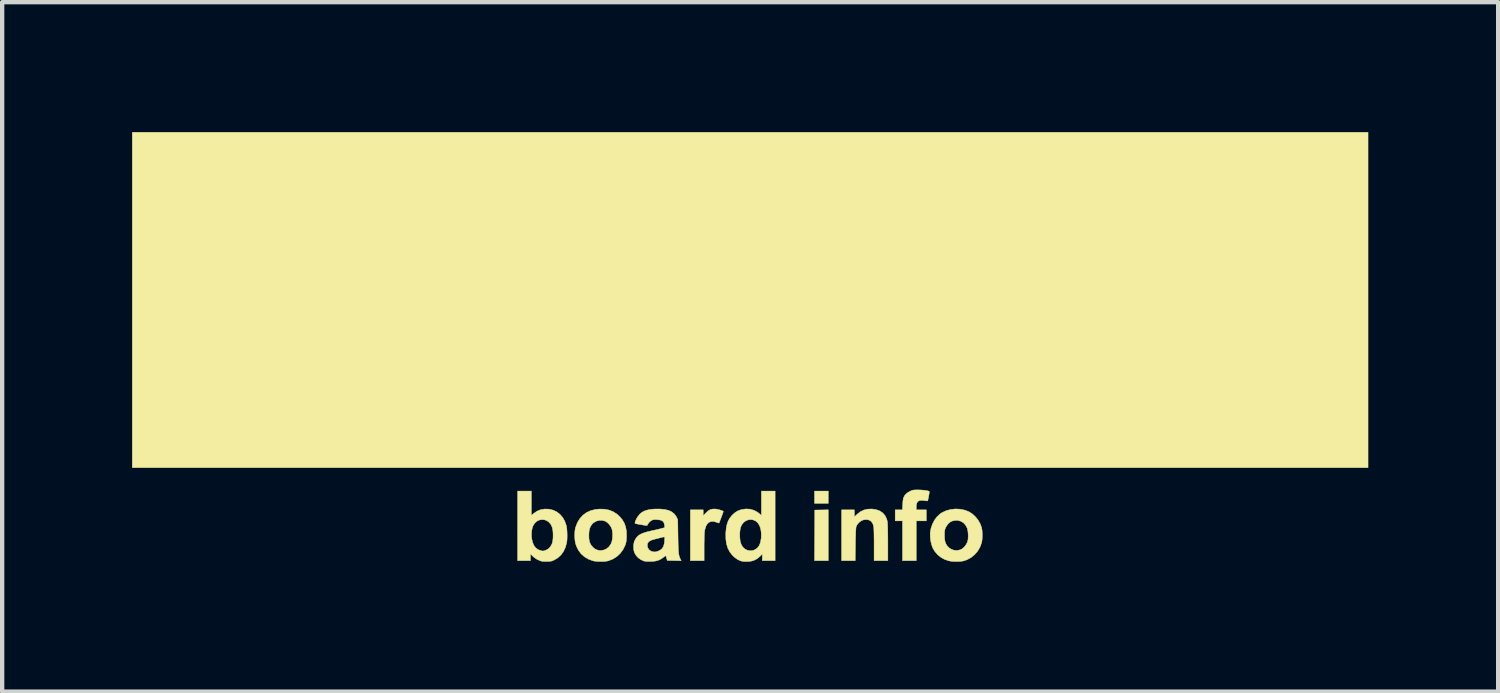
<source format=kicad_pcb>
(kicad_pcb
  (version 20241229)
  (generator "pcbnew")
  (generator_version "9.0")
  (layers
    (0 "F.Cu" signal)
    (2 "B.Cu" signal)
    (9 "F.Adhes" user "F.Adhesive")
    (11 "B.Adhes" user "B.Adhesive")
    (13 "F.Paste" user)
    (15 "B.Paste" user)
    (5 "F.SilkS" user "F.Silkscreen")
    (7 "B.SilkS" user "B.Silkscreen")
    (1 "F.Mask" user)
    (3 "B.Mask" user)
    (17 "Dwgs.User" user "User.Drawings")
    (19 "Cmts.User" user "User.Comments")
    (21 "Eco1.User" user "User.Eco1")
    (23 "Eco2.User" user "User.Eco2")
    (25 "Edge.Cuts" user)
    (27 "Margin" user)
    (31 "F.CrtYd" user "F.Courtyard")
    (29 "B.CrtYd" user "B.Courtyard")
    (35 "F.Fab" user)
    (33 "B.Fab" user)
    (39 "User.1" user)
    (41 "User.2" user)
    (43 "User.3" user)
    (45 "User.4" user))
  (footprint "board_info_block"
    (layer "F.Cu")
    (at 14.271 4.958)
    (property "Reference" "board_info_block" (at 0 0 0) (layer "F.SilkS") (effects (font (size 1.27 1.27) (thickness 0.15))))
    (attr through_hole)
    (fp_poly (pts (xy 1.81 3.619) (xy 1.492 3.619) (xy 1.492 3.334) (xy 1.81 3.334) (xy 1.81 3.619)) (stroke (width 0.01) (type solid)) (fill yes) (layer "F.SilkS"))
    (fp_poly (pts (xy 14.277 2.794) (xy -14.266 2.794) (xy -14.266 -4.953) (xy 14.277 -4.953) (xy 14.277 2.794)) (stroke (width 0.01) (type solid)) (fill yes) (layer "F.SilkS"))
    (fp_poly (pts (xy 1.81 4.942) (xy 1.492 4.942) (xy 1.495 4.358) (xy 1.498 3.773) (xy 1.81 3.767) (xy 1.81 4.942)) (stroke (width 0.01) (type solid)) (fill yes) (layer "F.SilkS"))
    (fp_poly (pts (xy -0.796 3.749) (xy -0.763 3.753) (xy -0.724 3.762) (xy -0.684 3.773) (xy -0.649 3.785) (xy -0.624 3.796) (xy -0.614 3.805) (xy -0.614 3.805) (xy -0.617 3.817) (xy -0.627 3.844) (xy -0.64 3.881) (xy -0.656 3.925) (xy -0.673 3.97) (xy -0.689 4.011) (xy -0.702 4.045) (xy -0.71 4.066) (xy -0.713 4.071) (xy -0.725 4.071) (xy -0.75 4.063) (xy -0.772 4.055) (xy -0.837 4.035) (xy -0.895 4.036) (xy -0.945 4.055) (xy -0.986 4.093) (xy -1.018 4.149) (xy -1.04 4.222) (xy -1.048 4.265) (xy -1.05 4.297) (xy -1.053 4.346) (xy -1.055 4.409) (xy -1.056 4.482) (xy -1.058 4.562) (xy -1.058 4.643) (xy -1.058 4.942) (xy -1.376 4.942) (xy -1.376 3.768) (xy -1.079 3.768) (xy -1.079 3.906) (xy -1.021 3.843) (xy -0.971 3.796) (xy -0.924 3.766) (xy -0.873 3.751) (xy -0.814 3.748) (xy -0.796 3.749)) (stroke (width 0.01) (type solid)) (fill yes) (layer "F.SilkS"))
    (fp_poly (pts (xy 3.942 3.309) (xy 4 3.313) (xy 4.053 3.319) (xy 4.098 3.327) (xy 4.129 3.336) (xy 4.143 3.344) (xy 4.143 3.357) (xy 4.14 3.385) (xy 4.134 3.422) (xy 4.127 3.464) (xy 4.119 3.504) (xy 4.112 3.537) (xy 4.107 3.557) (xy 4.105 3.561) (xy 4.093 3.562) (xy 4.066 3.559) (xy 4.029 3.554) (xy 4.029 3.554) (xy 3.963 3.548) (xy 3.912 3.555) (xy 3.877 3.576) (xy 3.854 3.612) (xy 3.843 3.665) (xy 3.842 3.704) (xy 3.842 3.768) (xy 4.075 3.768) (xy 4.075 4.022) (xy 3.842 4.022) (xy 3.842 4.942) (xy 3.524 4.942) (xy 3.524 4.022) (xy 3.355 4.022) (xy 3.355 3.768) (xy 3.521 3.768) (xy 3.528 3.649) (xy 3.531 3.596) (xy 3.536 3.547) (xy 3.542 3.509) (xy 3.547 3.49) (xy 3.576 3.433) (xy 3.624 3.383) (xy 3.691 3.342) (xy 3.723 3.327) (xy 3.749 3.317) (xy 3.776 3.311) (xy 3.808 3.308) (xy 3.853 3.307) (xy 3.884 3.307) (xy 3.942 3.309)) (stroke (width 0.01) (type solid)) (fill yes) (layer "F.SilkS"))
    (fp_poly (pts (xy 2.825 3.749) (xy 2.92 3.764) (xy 3.001 3.794) (xy 3.068 3.839) (xy 3.12 3.899) (xy 3.157 3.973) (xy 3.174 4.037) (xy 3.177 4.065) (xy 3.18 4.113) (xy 3.182 4.178) (xy 3.184 4.26) (xy 3.185 4.355) (xy 3.186 4.464) (xy 3.186 4.521) (xy 3.186 4.942) (xy 2.868 4.942) (xy 2.868 4.573) (xy 2.868 4.484) (xy 2.867 4.399) (xy 2.866 4.322) (xy 2.864 4.254) (xy 2.862 4.201) (xy 2.859 4.163) (xy 2.857 4.147) (xy 2.837 4.084) (xy 2.803 4.036) (xy 2.757 4.005) (xy 2.7 3.992) (xy 2.636 3.997) (xy 2.605 4.005) (xy 2.555 4.031) (xy 2.508 4.071) (xy 2.471 4.119) (xy 2.455 4.155) (xy 2.45 4.179) (xy 2.447 4.221) (xy 2.443 4.281) (xy 2.441 4.362) (xy 2.438 4.463) (xy 2.437 4.569) (xy 2.432 4.942) (xy 2.117 4.942) (xy 2.117 3.768) (xy 2.413 3.768) (xy 2.413 3.929) (xy 2.475 3.871) (xy 2.55 3.812) (xy 2.629 3.773) (xy 2.714 3.752) (xy 2.81 3.748) (xy 2.825 3.749)) (stroke (width 0.01) (type solid)) (fill yes) (layer "F.SilkS"))
    (fp_poly (pts (xy 0.582 4.942) (xy 0.286 4.942) (xy 0.286 4.79) (xy 0.241 4.833) (xy 0.19 4.878) (xy 0.143 4.91) (xy 0.093 4.934) (xy 0.068 4.943) (xy 0.012 4.956) (xy -0.054 4.962) (xy -0.122 4.962) (xy -0.184 4.954) (xy -0.209 4.948) (xy -0.281 4.917) (xy -0.35 4.869) (xy -0.403 4.819) (xy -0.464 4.742) (xy -0.51 4.654) (xy -0.541 4.554) (xy -0.556 4.442) (xy -0.557 4.355) (xy -0.235 4.355) (xy -0.232 4.425) (xy -0.225 4.487) (xy -0.223 4.502) (xy -0.199 4.573) (xy -0.162 4.631) (xy -0.114 4.674) (xy -0.057 4.702) (xy 0.005 4.713) (xy 0.07 4.706) (xy 0.118 4.687) (xy 0.172 4.649) (xy 0.213 4.595) (xy 0.242 4.525) (xy 0.258 4.437) (xy 0.262 4.399) (xy 0.262 4.298) (xy 0.249 4.209) (xy 0.223 4.134) (xy 0.186 4.073) (xy 0.137 4.028) (xy 0.078 4.001) (xy 0.039 3.993) (xy -0.027 3.995) (xy -0.088 4.017) (xy -0.142 4.055) (xy -0.186 4.108) (xy -0.216 4.173) (xy -0.216 4.173) (xy -0.226 4.222) (xy -0.233 4.285) (xy -0.235 4.355) (xy -0.557 4.355) (xy -0.558 4.314) (xy -0.558 4.308) (xy -0.548 4.199) (xy -0.531 4.108) (xy -0.504 4.029) (xy -0.467 3.961) (xy -0.418 3.899) (xy -0.402 3.883) (xy -0.345 3.832) (xy -0.286 3.795) (xy -0.219 3.769) (xy -0.194 3.762) (xy -0.095 3.747) (xy -0.000112 3.752) (xy 0.09 3.777) (xy 0.174 3.821) (xy 0.225 3.861) (xy 0.265 3.897) (xy 0.265 3.334) (xy 0.582 3.334) (xy 0.582 4.942)) (stroke (width 0.01) (type solid)) (fill yes) (layer "F.SilkS"))
    (fp_poly (pts (xy -5.048 3.895) (xy -4.993 3.85) (xy -4.916 3.798) (xy -4.836 3.765) (xy -4.746 3.75) (xy -4.741 3.749) (xy -4.641 3.752) (xy -4.547 3.774) (xy -4.463 3.814) (xy -4.388 3.871) (xy -4.325 3.944) (xy -4.276 4.031) (xy -4.241 4.131) (xy -4.238 4.144) (xy -4.23 4.194) (xy -4.225 4.258) (xy -4.222 4.33) (xy -4.222 4.403) (xy -4.225 4.469) (xy -4.232 4.522) (xy -4.232 4.526) (xy -4.263 4.637) (xy -4.308 4.733) (xy -4.369 4.815) (xy -4.444 4.881) (xy -4.519 4.925) (xy -4.556 4.942) (xy -4.587 4.952) (xy -4.622 4.957) (xy -4.668 4.96) (xy -4.688 4.961) (xy -4.748 4.96) (xy -4.798 4.956) (xy -4.831 4.949) (xy -4.919 4.911) (xy -4.995 4.858) (xy -5.018 4.836) (xy -5.069 4.785) (xy -5.069 4.942) (xy -5.366 4.942) (xy -5.366 4.328) (xy -5.046 4.328) (xy -5.043 4.405) (xy -5.04 4.428) (xy -5.021 4.518) (xy -4.989 4.592) (xy -4.945 4.649) (xy -4.889 4.689) (xy -4.826 4.71) (xy -4.8 4.716) (xy -4.784 4.719) (xy -4.783 4.719) (xy -4.77 4.717) (xy -4.744 4.71) (xy -4.723 4.704) (xy -4.668 4.677) (xy -4.62 4.634) (xy -4.583 4.577) (xy -4.564 4.531) (xy -4.553 4.478) (xy -4.547 4.412) (xy -4.546 4.341) (xy -4.549 4.27) (xy -4.558 4.208) (xy -4.565 4.177) (xy -4.594 4.11) (xy -4.636 4.058) (xy -4.686 4.02) (xy -4.743 3.998) (xy -4.802 3.992) (xy -4.861 4.002) (xy -4.917 4.028) (xy -4.967 4.071) (xy -5.007 4.131) (xy -5.027 4.185) (xy -5.04 4.252) (xy -5.046 4.328) (xy -5.366 4.328) (xy -5.366 3.334) (xy -5.048 3.334) (xy -5.048 3.895)) (stroke (width 0.01) (type solid)) (fill yes) (layer "F.SilkS"))
    (fp_poly (pts (xy 4.861 3.753) (xy 4.969 3.776) (xy 5.061 3.813) (xy 5.137 3.862) (xy 5.208 3.927) (xy 5.27 4.005) (xy 5.319 4.09) (xy 5.35 4.176) (xy 5.361 4.234) (xy 5.367 4.306) (xy 5.367 4.382) (xy 5.363 4.456) (xy 5.353 4.518) (xy 5.35 4.53) (xy 5.314 4.629) (xy 5.26 4.721) (xy 5.191 4.801) (xy 5.109 4.868) (xy 5.017 4.919) (xy 4.936 4.947) (xy 4.876 4.957) (xy 4.804 4.962) (xy 4.727 4.962) (xy 4.655 4.956) (xy 4.594 4.945) (xy 4.586 4.943) (xy 4.494 4.911) (xy 4.416 4.868) (xy 4.345 4.812) (xy 4.328 4.795) (xy 4.272 4.73) (xy 4.229 4.66) (xy 4.198 4.581) (xy 4.176 4.488) (xy 4.165 4.397) (xy 4.165 4.355) (xy 4.494 4.355) (xy 4.496 4.429) (xy 4.504 4.487) (xy 4.519 4.535) (xy 4.54 4.578) (xy 4.551 4.594) (xy 4.6 4.646) (xy 4.66 4.683) (xy 4.725 4.703) (xy 4.793 4.706) (xy 4.86 4.69) (xy 4.898 4.671) (xy 4.946 4.632) (xy 4.988 4.579) (xy 5.02 4.52) (xy 5.029 4.494) (xy 5.039 4.443) (xy 5.042 4.38) (xy 5.04 4.313) (xy 5.033 4.249) (xy 5.021 4.197) (xy 5.018 4.19) (xy 4.981 4.12) (xy 4.932 4.067) (xy 4.871 4.03) (xy 4.801 4.012) (xy 4.767 4.01) (xy 4.694 4.019) (xy 4.631 4.045) (xy 4.578 4.09) (xy 4.533 4.154) (xy 4.517 4.186) (xy 4.506 4.214) (xy 4.499 4.241) (xy 4.495 4.275) (xy 4.494 4.321) (xy 4.494 4.355) (xy 4.165 4.355) (xy 4.165 4.296) (xy 4.182 4.196) (xy 4.215 4.099) (xy 4.261 4.008) (xy 4.32 3.929) (xy 4.389 3.864) (xy 4.433 3.834) (xy 4.531 3.788) (xy 4.638 3.759) (xy 4.749 3.747) (xy 4.861 3.753)) (stroke (width 0.01) (type solid)) (fill yes) (layer "F.SilkS"))
    (fp_poly (pts (xy -3.364 3.752) (xy -3.258 3.772) (xy -3.162 3.809) (xy -3.075 3.864) (xy -3.016 3.916) (xy -2.95 3.993) (xy -2.902 4.074) (xy -2.87 4.163) (xy -2.852 4.262) (xy -2.849 4.374) (xy -2.849 4.386) (xy -2.853 4.448) (xy -2.857 4.494) (xy -2.865 4.533) (xy -2.876 4.569) (xy -2.882 4.587) (xy -2.932 4.687) (xy -2.996 4.774) (xy -3.075 4.847) (xy -3.165 4.904) (xy -3.265 4.943) (xy -3.278 4.947) (xy -3.331 4.956) (xy -3.398 4.962) (xy -3.469 4.962) (xy -3.539 4.959) (xy -3.598 4.951) (xy -3.619 4.947) (xy -3.726 4.908) (xy -3.819 4.854) (xy -3.898 4.785) (xy -3.961 4.702) (xy -4.008 4.605) (xy -4.029 4.54) (xy -4.04 4.479) (xy -4.046 4.408) (xy -4.047 4.355) (xy -3.72 4.355) (xy -3.718 4.429) (xy -3.71 4.486) (xy -3.695 4.534) (xy -3.672 4.576) (xy -3.659 4.594) (xy -3.617 4.641) (xy -3.575 4.673) (xy -3.529 4.694) (xy -3.479 4.706) (xy -3.431 4.707) (xy -3.374 4.695) (xy -3.366 4.693) (xy -3.306 4.664) (xy -3.253 4.618) (xy -3.212 4.558) (xy -3.196 4.523) (xy -3.18 4.463) (xy -3.172 4.392) (xy -3.172 4.317) (xy -3.179 4.247) (xy -3.19 4.205) (xy -3.214 4.153) (xy -3.251 4.103) (xy -3.294 4.06) (xy -3.339 4.031) (xy -3.347 4.027) (xy -3.416 4.01) (xy -3.487 4.012) (xy -3.554 4.031) (xy -3.614 4.068) (xy -3.646 4.098) (xy -3.679 4.146) (xy -3.702 4.2) (xy -3.715 4.264) (xy -3.72 4.343) (xy -3.72 4.355) (xy -4.047 4.355) (xy -4.047 4.332) (xy -4.043 4.26) (xy -4.034 4.198) (xy -4.028 4.175) (xy -3.986 4.065) (xy -3.929 3.971) (xy -3.859 3.893) (xy -3.776 3.831) (xy -3.679 3.787) (xy -3.571 3.759) (xy -3.482 3.75) (xy -3.364 3.752)) (stroke (width 0.01) (type solid)) (fill yes) (layer "F.SilkS"))
    (fp_poly (pts (xy -1.964 3.76) (xy -1.875 3.782) (xy -1.802 3.817) (xy -1.745 3.863) (xy -1.703 3.921) (xy -1.695 3.936) (xy -1.667 3.995) (xy -1.661 4.381) (xy -1.659 4.49) (xy -1.657 4.579) (xy -1.654 4.653) (xy -1.651 4.712) (xy -1.647 4.76) (xy -1.642 4.798) (xy -1.635 4.83) (xy -1.627 4.858) (xy -1.617 4.883) (xy -1.604 4.909) (xy -1.602 4.914) (xy -1.587 4.943) (xy -1.748 4.94) (xy -1.91 4.937) (xy -1.924 4.884) (xy -1.933 4.854) (xy -1.94 4.833) (xy -1.942 4.828) (xy -1.951 4.832) (xy -1.973 4.846) (xy -2.001 4.867) (xy -2.002 4.868) (xy -2.058 4.906) (xy -2.113 4.932) (xy -2.173 4.949) (xy -2.244 4.958) (xy -2.291 4.96) (xy -2.368 4.96) (xy -2.425 4.955) (xy -2.452 4.949) (xy -2.521 4.917) (xy -2.583 4.872) (xy -2.633 4.816) (xy -2.667 4.755) (xy -2.671 4.744) (xy -2.684 4.69) (xy -2.688 4.627) (xy -2.686 4.588) (xy -2.371 4.588) (xy -2.361 4.64) (xy -2.335 4.684) (xy -2.296 4.716) (xy -2.247 4.736) (xy -2.191 4.74) (xy -2.137 4.729) (xy -2.076 4.701) (xy -2.03 4.665) (xy -1.999 4.617) (xy -1.98 4.555) (xy -1.972 4.487) (xy -1.969 4.438) (xy -1.971 4.405) (xy -1.975 4.392) (xy -1.976 4.392) (xy -1.995 4.395) (xy -2.029 4.402) (xy -2.073 4.413) (xy -2.124 4.426) (xy -2.175 4.439) (xy -2.223 4.452) (xy -2.262 4.464) (xy -2.287 4.472) (xy -2.289 4.474) (xy -2.335 4.502) (xy -2.362 4.538) (xy -2.371 4.585) (xy -2.371 4.588) (xy -2.686 4.588) (xy -2.685 4.564) (xy -2.674 4.509) (xy -2.666 4.488) (xy -2.639 4.436) (xy -2.607 4.393) (xy -2.568 4.357) (xy -2.518 4.327) (xy -2.456 4.301) (xy -2.378 4.277) (xy -2.283 4.254) (xy -2.26 4.249) (xy -2.2 4.236) (xy -2.138 4.222) (xy -2.082 4.208) (xy -2.049 4.2) (xy -1.966 4.177) (xy -1.972 4.126) (xy -1.982 4.077) (xy -2.001 4.041) (xy -2.032 4.017) (xy -2.077 4.002) (xy -2.14 3.994) (xy -2.148 3.993) (xy -2.193 3.992) (xy -2.225 3.994) (xy -2.252 4.002) (xy -2.275 4.013) (xy -2.321 4.047) (xy -2.358 4.097) (xy -2.373 4.129) (xy -2.384 4.13) (xy -2.41 4.127) (xy -2.448 4.122) (xy -2.493 4.114) (xy -2.54 4.106) (xy -2.584 4.098) (xy -2.621 4.09) (xy -2.646 4.084) (xy -2.654 4.08) (xy -2.655 4.066) (xy -2.648 4.038) (xy -2.633 4.001) (xy -2.612 3.961) (xy -2.589 3.924) (xy -2.544 3.867) (xy -2.49 3.822) (xy -2.426 3.789) (xy -2.348 3.767) (xy -2.254 3.753) (xy -2.193 3.749) (xy -2.07 3.749) (xy -1.964 3.76)) (stroke (width 0.01) (type solid)) (fill yes) (layer "F.SilkS")))
  (gr_rect
    (start -3 -3)
    (end 31.553 12.925)
    (stroke (width 0.1) (type default))
    (fill no)
    (layer "Edge.Cuts")))
</source>
